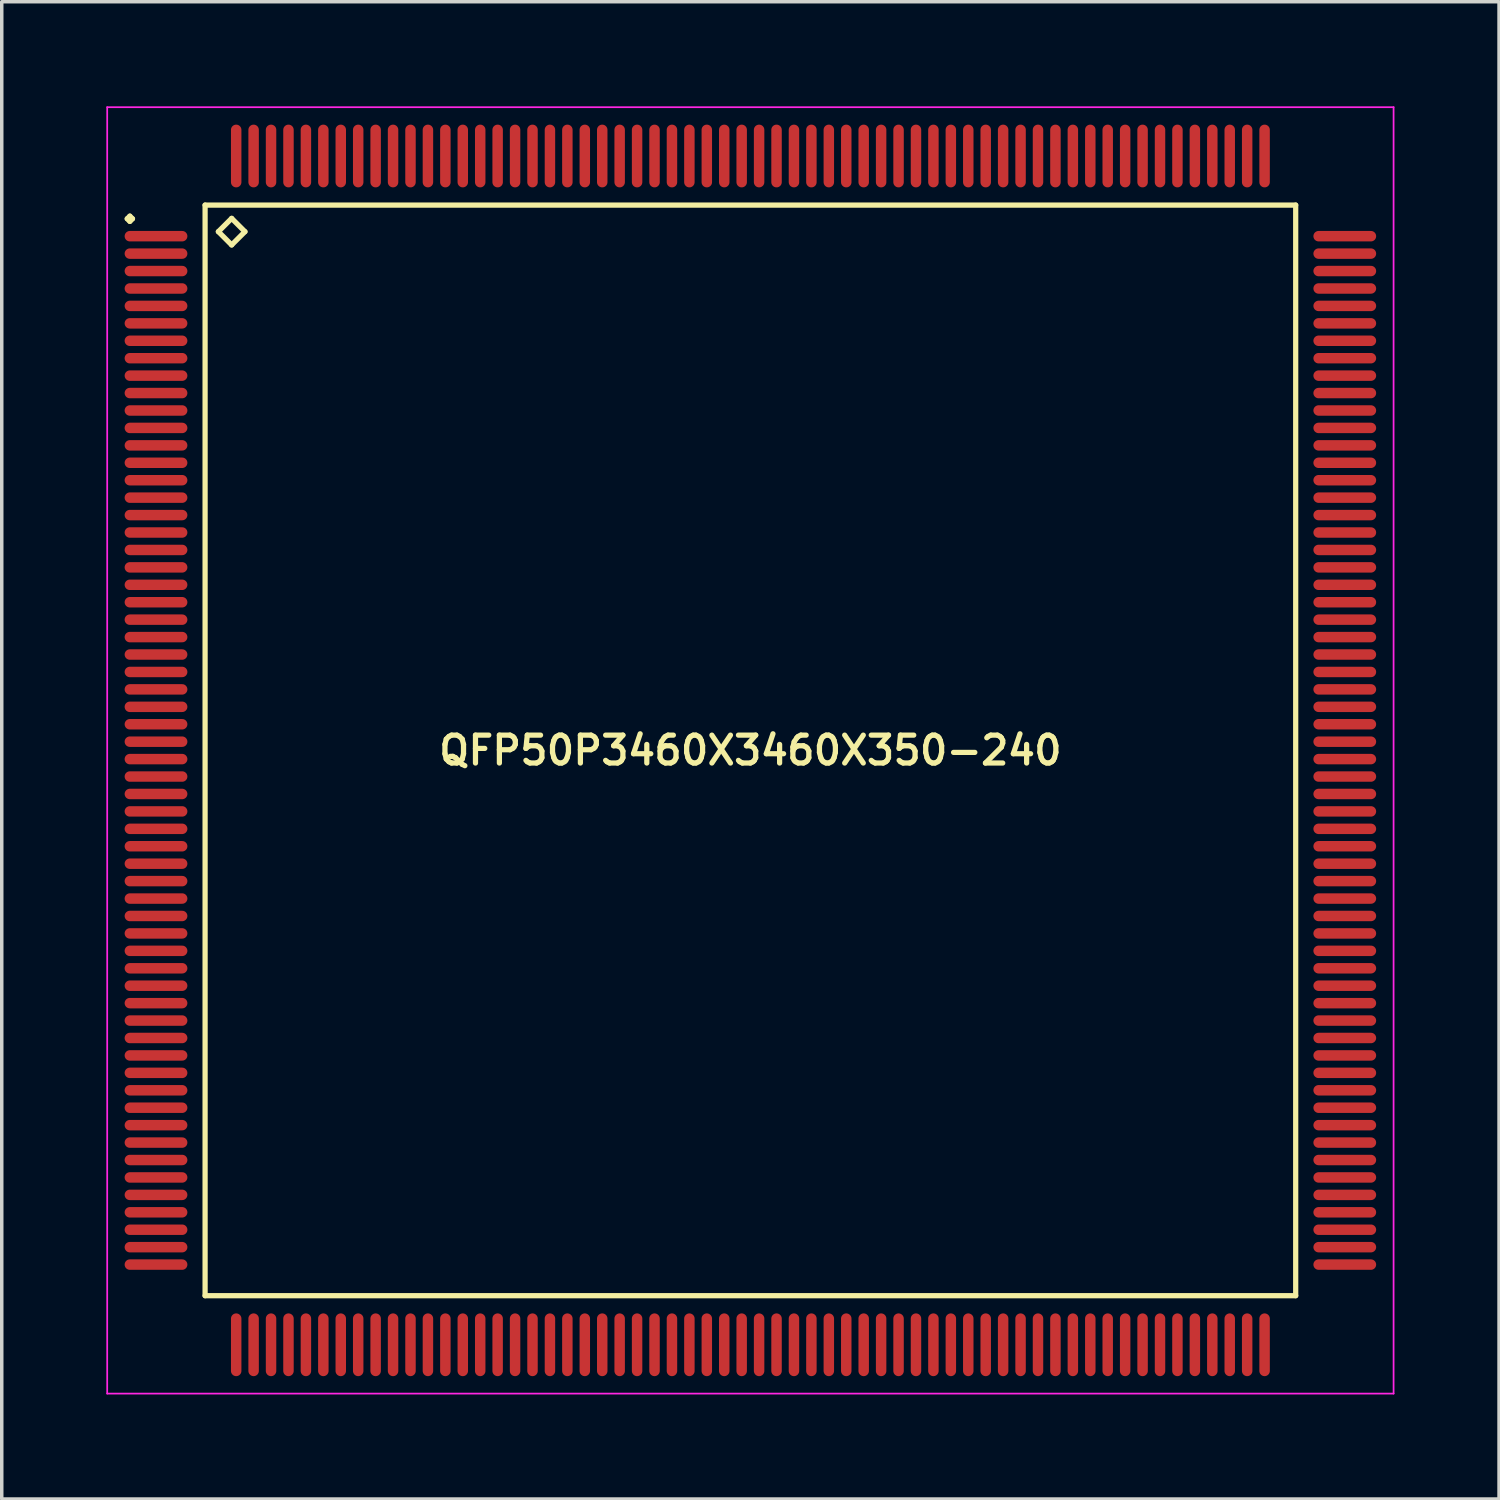
<source format=kicad_pcb>
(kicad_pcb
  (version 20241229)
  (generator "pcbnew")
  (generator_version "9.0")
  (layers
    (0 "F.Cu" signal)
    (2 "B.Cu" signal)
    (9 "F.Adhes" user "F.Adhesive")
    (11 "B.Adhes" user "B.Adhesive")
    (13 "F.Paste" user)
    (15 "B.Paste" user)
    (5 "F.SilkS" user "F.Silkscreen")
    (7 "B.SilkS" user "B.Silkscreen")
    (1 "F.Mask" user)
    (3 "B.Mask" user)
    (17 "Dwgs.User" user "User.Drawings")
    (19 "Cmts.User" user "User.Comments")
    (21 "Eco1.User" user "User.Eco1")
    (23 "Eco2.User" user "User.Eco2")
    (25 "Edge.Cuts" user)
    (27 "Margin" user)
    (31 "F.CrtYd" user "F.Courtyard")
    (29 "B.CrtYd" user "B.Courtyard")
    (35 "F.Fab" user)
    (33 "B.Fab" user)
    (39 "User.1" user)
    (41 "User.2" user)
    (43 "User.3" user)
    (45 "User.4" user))
  (footprint "QFP50P3460X3460X350-240"
    (layer "F.Cu")
    (at 18.475 18.475)
    (property "Reference" "QFP50P3460X3460X350-240" (at 0 0 0) (layer "F.SilkS") (effects (font (size 0.8 0.8) (thickness 0.15))))
    (attr smd)
    (fp_line (start -17.875 -15.25) (end -17.8 -15.325) (stroke (width 0.15) (type solid)) (layer "F.SilkS"))
    (fp_line (start -17.8 -15.325) (end -17.725 -15.25) (stroke (width 0.15) (type solid)) (layer "F.SilkS"))
    (fp_line (start -17.8 -15.175) (end -17.875 -15.25) (stroke (width 0.15) (type solid)) (layer "F.SilkS"))
    (fp_line (start -17.725 -15.25) (end -17.8 -15.175) (stroke (width 0.15) (type solid)) (layer "F.SilkS"))
    (fp_line (start -15.642 -15.642) (end -15.642 15.642) (stroke (width 0.15) (type solid)) (layer "F.SilkS"))
    (fp_line (start -15.642 15.642) (end 15.642 15.642) (stroke (width 0.15) (type solid)) (layer "F.SilkS"))
    (fp_line (start -15.261 -14.88) (end -14.88 -15.261) (stroke (width 0.15) (type solid)) (layer "F.SilkS"))
    (fp_line (start -14.88 -15.261) (end -14.499 -14.88) (stroke (width 0.15) (type solid)) (layer "F.SilkS"))
    (fp_line (start -14.88 -14.499) (end -15.261 -14.88) (stroke (width 0.15) (type solid)) (layer "F.SilkS"))
    (fp_line (start -14.499 -14.88) (end -14.88 -14.499) (stroke (width 0.15) (type solid)) (layer "F.SilkS"))
    (fp_line (start 15.642 -15.642) (end -15.642 -15.642) (stroke (width 0.15) (type solid)) (layer "F.SilkS"))
    (fp_line (start 15.642 15.642) (end 15.642 -15.642) (stroke (width 0.15) (type solid)) (layer "F.SilkS"))
    (fp_line (start -18.45 -18.45) (end 18.45 -18.45) (stroke (width 0.05) (type solid)) (layer "F.CrtYd"))
    (fp_line (start -18.45 18.45) (end -18.45 -18.45) (stroke (width 0.05) (type solid)) (layer "F.CrtYd"))
    (fp_line (start 18.45 -18.45) (end 18.45 18.45) (stroke (width 0.05) (type solid)) (layer "F.CrtYd"))
    (fp_line (start 18.45 18.45) (end -18.45 18.45) (stroke (width 0.05) (type solid)) (layer "F.CrtYd"))
    (pad "1" smd oval (at -17.05 -14.75) (size 1.8 0.3) (layers "F.Cu" "F.Mask" "F.Paste"))
    (pad "2" smd oval (at -17.05 -14.25) (size 1.8 0.3) (layers "F.Cu" "F.Mask" "F.Paste"))
    (pad "3" smd oval (at -17.05 -13.75) (size 1.8 0.3) (layers "F.Cu" "F.Mask" "F.Paste"))
    (pad "4" smd oval (at -17.05 -13.25) (size 1.8 0.3) (layers "F.Cu" "F.Mask" "F.Paste"))
    (pad "5" smd oval (at -17.05 -12.75) (size 1.8 0.3) (layers "F.Cu" "F.Mask" "F.Paste"))
    (pad "6" smd oval (at -17.05 -12.25) (size 1.8 0.3) (layers "F.Cu" "F.Mask" "F.Paste"))
    (pad "7" smd oval (at -17.05 -11.75) (size 1.8 0.3) (layers "F.Cu" "F.Mask" "F.Paste"))
    (pad "8" smd oval (at -17.05 -11.25) (size 1.8 0.3) (layers "F.Cu" "F.Mask" "F.Paste"))
    (pad "9" smd oval (at -17.05 -10.75) (size 1.8 0.3) (layers "F.Cu" "F.Mask" "F.Paste"))
    (pad "10" smd oval (at -17.05 -10.25) (size 1.8 0.3) (layers "F.Cu" "F.Mask" "F.Paste"))
    (pad "11" smd oval (at -17.05 -9.75) (size 1.8 0.3) (layers "F.Cu" "F.Mask" "F.Paste"))
    (pad "12" smd oval (at -17.05 -9.25) (size 1.8 0.3) (layers "F.Cu" "F.Mask" "F.Paste"))
    (pad "13" smd oval (at -17.05 -8.75) (size 1.8 0.3) (layers "F.Cu" "F.Mask" "F.Paste"))
    (pad "14" smd oval (at -17.05 -8.25) (size 1.8 0.3) (layers "F.Cu" "F.Mask" "F.Paste"))
    (pad "15" smd oval (at -17.05 -7.75) (size 1.8 0.3) (layers "F.Cu" "F.Mask" "F.Paste"))
    (pad "16" smd oval (at -17.05 -7.25) (size 1.8 0.3) (layers "F.Cu" "F.Mask" "F.Paste"))
    (pad "17" smd oval (at -17.05 -6.75) (size 1.8 0.3) (layers "F.Cu" "F.Mask" "F.Paste"))
    (pad "18" smd oval (at -17.05 -6.25) (size 1.8 0.3) (layers "F.Cu" "F.Mask" "F.Paste"))
    (pad "19" smd oval (at -17.05 -5.75) (size 1.8 0.3) (layers "F.Cu" "F.Mask" "F.Paste"))
    (pad "20" smd oval (at -17.05 -5.25) (size 1.8 0.3) (layers "F.Cu" "F.Mask" "F.Paste"))
    (pad "21" smd oval (at -17.05 -4.75) (size 1.8 0.3) (layers "F.Cu" "F.Mask" "F.Paste"))
    (pad "22" smd oval (at -17.05 -4.25) (size 1.8 0.3) (layers "F.Cu" "F.Mask" "F.Paste"))
    (pad "23" smd oval (at -17.05 -3.75) (size 1.8 0.3) (layers "F.Cu" "F.Mask" "F.Paste"))
    (pad "24" smd oval (at -17.05 -3.25) (size 1.8 0.3) (layers "F.Cu" "F.Mask" "F.Paste"))
    (pad "25" smd oval (at -17.05 -2.75) (size 1.8 0.3) (layers "F.Cu" "F.Mask" "F.Paste"))
    (pad "26" smd oval (at -17.05 -2.25) (size 1.8 0.3) (layers "F.Cu" "F.Mask" "F.Paste"))
    (pad "27" smd oval (at -17.05 -1.75) (size 1.8 0.3) (layers "F.Cu" "F.Mask" "F.Paste"))
    (pad "28" smd oval (at -17.05 -1.25) (size 1.8 0.3) (layers "F.Cu" "F.Mask" "F.Paste"))
    (pad "29" smd oval (at -17.05 -0.75) (size 1.8 0.3) (layers "F.Cu" "F.Mask" "F.Paste"))
    (pad "30" smd oval (at -17.05 -0.25) (size 1.8 0.3) (layers "F.Cu" "F.Mask" "F.Paste"))
    (pad "31" smd oval (at -17.05 0.25) (size 1.8 0.3) (layers "F.Cu" "F.Mask" "F.Paste"))
    (pad "32" smd oval (at -17.05 0.75) (size 1.8 0.3) (layers "F.Cu" "F.Mask" "F.Paste"))
    (pad "33" smd oval (at -17.05 1.25) (size 1.8 0.3) (layers "F.Cu" "F.Mask" "F.Paste"))
    (pad "34" smd oval (at -17.05 1.75) (size 1.8 0.3) (layers "F.Cu" "F.Mask" "F.Paste"))
    (pad "35" smd oval (at -17.05 2.25) (size 1.8 0.3) (layers "F.Cu" "F.Mask" "F.Paste"))
    (pad "36" smd oval (at -17.05 2.75) (size 1.8 0.3) (layers "F.Cu" "F.Mask" "F.Paste"))
    (pad "37" smd oval (at -17.05 3.25) (size 1.8 0.3) (layers "F.Cu" "F.Mask" "F.Paste"))
    (pad "38" smd oval (at -17.05 3.75) (size 1.8 0.3) (layers "F.Cu" "F.Mask" "F.Paste"))
    (pad "39" smd oval (at -17.05 4.25) (size 1.8 0.3) (layers "F.Cu" "F.Mask" "F.Paste"))
    (pad "40" smd oval (at -17.05 4.75) (size 1.8 0.3) (layers "F.Cu" "F.Mask" "F.Paste"))
    (pad "41" smd oval (at -17.05 5.25) (size 1.8 0.3) (layers "F.Cu" "F.Mask" "F.Paste"))
    (pad "42" smd oval (at -17.05 5.75) (size 1.8 0.3) (layers "F.Cu" "F.Mask" "F.Paste"))
    (pad "43" smd oval (at -17.05 6.25) (size 1.8 0.3) (layers "F.Cu" "F.Mask" "F.Paste"))
    (pad "44" smd oval (at -17.05 6.75) (size 1.8 0.3) (layers "F.Cu" "F.Mask" "F.Paste"))
    (pad "45" smd oval (at -17.05 7.25) (size 1.8 0.3) (layers "F.Cu" "F.Mask" "F.Paste"))
    (pad "46" smd oval (at -17.05 7.75) (size 1.8 0.3) (layers "F.Cu" "F.Mask" "F.Paste"))
    (pad "47" smd oval (at -17.05 8.25) (size 1.8 0.3) (layers "F.Cu" "F.Mask" "F.Paste"))
    (pad "48" smd oval (at -17.05 8.75) (size 1.8 0.3) (layers "F.Cu" "F.Mask" "F.Paste"))
    (pad "49" smd oval (at -17.05 9.25) (size 1.8 0.3) (layers "F.Cu" "F.Mask" "F.Paste"))
    (pad "50" smd oval (at -17.05 9.75) (size 1.8 0.3) (layers "F.Cu" "F.Mask" "F.Paste"))
    (pad "51" smd oval (at -17.05 10.25) (size 1.8 0.3) (layers "F.Cu" "F.Mask" "F.Paste"))
    (pad "52" smd oval (at -17.05 10.75) (size 1.8 0.3) (layers "F.Cu" "F.Mask" "F.Paste"))
    (pad "53" smd oval (at -17.05 11.25) (size 1.8 0.3) (layers "F.Cu" "F.Mask" "F.Paste"))
    (pad "54" smd oval (at -17.05 11.75) (size 1.8 0.3) (layers "F.Cu" "F.Mask" "F.Paste"))
    (pad "55" smd oval (at -17.05 12.25) (size 1.8 0.3) (layers "F.Cu" "F.Mask" "F.Paste"))
    (pad "56" smd oval (at -17.05 12.75) (size 1.8 0.3) (layers "F.Cu" "F.Mask" "F.Paste"))
    (pad "57" smd oval (at -17.05 13.25) (size 1.8 0.3) (layers "F.Cu" "F.Mask" "F.Paste"))
    (pad "58" smd oval (at -17.05 13.75) (size 1.8 0.3) (layers "F.Cu" "F.Mask" "F.Paste"))
    (pad "59" smd oval (at -17.05 14.25) (size 1.8 0.3) (layers "F.Cu" "F.Mask" "F.Paste"))
    (pad "60" smd oval (at -17.05 14.75) (size 1.8 0.3) (layers "F.Cu" "F.Mask" "F.Paste"))
    (pad "61" smd oval (at -14.75 17.05) (size 0.3 1.8) (layers "F.Cu" "F.Mask" "F.Paste"))
    (pad "62" smd oval (at -14.25 17.05) (size 0.3 1.8) (layers "F.Cu" "F.Mask" "F.Paste"))
    (pad "63" smd oval (at -13.75 17.05) (size 0.3 1.8) (layers "F.Cu" "F.Mask" "F.Paste"))
    (pad "64" smd oval (at -13.25 17.05) (size 0.3 1.8) (layers "F.Cu" "F.Mask" "F.Paste"))
    (pad "65" smd oval (at -12.75 17.05) (size 0.3 1.8) (layers "F.Cu" "F.Mask" "F.Paste"))
    (pad "66" smd oval (at -12.25 17.05) (size 0.3 1.8) (layers "F.Cu" "F.Mask" "F.Paste"))
    (pad "67" smd oval (at -11.75 17.05) (size 0.3 1.8) (layers "F.Cu" "F.Mask" "F.Paste"))
    (pad "68" smd oval (at -11.25 17.05) (size 0.3 1.8) (layers "F.Cu" "F.Mask" "F.Paste"))
    (pad "69" smd oval (at -10.75 17.05) (size 0.3 1.8) (layers "F.Cu" "F.Mask" "F.Paste"))
    (pad "70" smd oval (at -10.25 17.05) (size 0.3 1.8) (layers "F.Cu" "F.Mask" "F.Paste"))
    (pad "71" smd oval (at -9.75 17.05) (size 0.3 1.8) (layers "F.Cu" "F.Mask" "F.Paste"))
    (pad "72" smd oval (at -9.25 17.05) (size 0.3 1.8) (layers "F.Cu" "F.Mask" "F.Paste"))
    (pad "73" smd oval (at -8.75 17.05) (size 0.3 1.8) (layers "F.Cu" "F.Mask" "F.Paste"))
    (pad "74" smd oval (at -8.25 17.05) (size 0.3 1.8) (layers "F.Cu" "F.Mask" "F.Paste"))
    (pad "75" smd oval (at -7.75 17.05) (size 0.3 1.8) (layers "F.Cu" "F.Mask" "F.Paste"))
    (pad "76" smd oval (at -7.25 17.05) (size 0.3 1.8) (layers "F.Cu" "F.Mask" "F.Paste"))
    (pad "77" smd oval (at -6.75 17.05) (size 0.3 1.8) (layers "F.Cu" "F.Mask" "F.Paste"))
    (pad "78" smd oval (at -6.25 17.05) (size 0.3 1.8) (layers "F.Cu" "F.Mask" "F.Paste"))
    (pad "79" smd oval (at -5.75 17.05) (size 0.3 1.8) (layers "F.Cu" "F.Mask" "F.Paste"))
    (pad "80" smd oval (at -5.25 17.05) (size 0.3 1.8) (layers "F.Cu" "F.Mask" "F.Paste"))
    (pad "81" smd oval (at -4.75 17.05) (size 0.3 1.8) (layers "F.Cu" "F.Mask" "F.Paste"))
    (pad "82" smd oval (at -4.25 17.05) (size 0.3 1.8) (layers "F.Cu" "F.Mask" "F.Paste"))
    (pad "83" smd oval (at -3.75 17.05) (size 0.3 1.8) (layers "F.Cu" "F.Mask" "F.Paste"))
    (pad "84" smd oval (at -3.25 17.05) (size 0.3 1.8) (layers "F.Cu" "F.Mask" "F.Paste"))
    (pad "85" smd oval (at -2.75 17.05) (size 0.3 1.8) (layers "F.Cu" "F.Mask" "F.Paste"))
    (pad "86" smd oval (at -2.25 17.05) (size 0.3 1.8) (layers "F.Cu" "F.Mask" "F.Paste"))
    (pad "87" smd oval (at -1.75 17.05) (size 0.3 1.8) (layers "F.Cu" "F.Mask" "F.Paste"))
    (pad "88" smd oval (at -1.25 17.05) (size 0.3 1.8) (layers "F.Cu" "F.Mask" "F.Paste"))
    (pad "89" smd oval (at -0.75 17.05) (size 0.3 1.8) (layers "F.Cu" "F.Mask" "F.Paste"))
    (pad "90" smd oval (at -0.25 17.05) (size 0.3 1.8) (layers "F.Cu" "F.Mask" "F.Paste"))
    (pad "91" smd oval (at 0.25 17.05) (size 0.3 1.8) (layers "F.Cu" "F.Mask" "F.Paste"))
    (pad "92" smd oval (at 0.75 17.05) (size 0.3 1.8) (layers "F.Cu" "F.Mask" "F.Paste"))
    (pad "93" smd oval (at 1.25 17.05) (size 0.3 1.8) (layers "F.Cu" "F.Mask" "F.Paste"))
    (pad "94" smd oval (at 1.75 17.05) (size 0.3 1.8) (layers "F.Cu" "F.Mask" "F.Paste"))
    (pad "95" smd oval (at 2.25 17.05) (size 0.3 1.8) (layers "F.Cu" "F.Mask" "F.Paste"))
    (pad "96" smd oval (at 2.75 17.05) (size 0.3 1.8) (layers "F.Cu" "F.Mask" "F.Paste"))
    (pad "97" smd oval (at 3.25 17.05) (size 0.3 1.8) (layers "F.Cu" "F.Mask" "F.Paste"))
    (pad "98" smd oval (at 3.75 17.05) (size 0.3 1.8) (layers "F.Cu" "F.Mask" "F.Paste"))
    (pad "99" smd oval (at 4.25 17.05) (size 0.3 1.8) (layers "F.Cu" "F.Mask" "F.Paste"))
    (pad "100" smd oval (at 4.75 17.05) (size 0.3 1.8) (layers "F.Cu" "F.Mask" "F.Paste"))
    (pad "101" smd oval (at 5.25 17.05) (size 0.3 1.8) (layers "F.Cu" "F.Mask" "F.Paste"))
    (pad "102" smd oval (at 5.75 17.05) (size 0.3 1.8) (layers "F.Cu" "F.Mask" "F.Paste"))
    (pad "103" smd oval (at 6.25 17.05) (size 0.3 1.8) (layers "F.Cu" "F.Mask" "F.Paste"))
    (pad "104" smd oval (at 6.75 17.05) (size 0.3 1.8) (layers "F.Cu" "F.Mask" "F.Paste"))
    (pad "105" smd oval (at 7.25 17.05) (size 0.3 1.8) (layers "F.Cu" "F.Mask" "F.Paste"))
    (pad "106" smd oval (at 7.75 17.05) (size 0.3 1.8) (layers "F.Cu" "F.Mask" "F.Paste"))
    (pad "107" smd oval (at 8.25 17.05) (size 0.3 1.8) (layers "F.Cu" "F.Mask" "F.Paste"))
    (pad "108" smd oval (at 8.75 17.05) (size 0.3 1.8) (layers "F.Cu" "F.Mask" "F.Paste"))
    (pad "109" smd oval (at 9.25 17.05) (size 0.3 1.8) (layers "F.Cu" "F.Mask" "F.Paste"))
    (pad "110" smd oval (at 9.75 17.05) (size 0.3 1.8) (layers "F.Cu" "F.Mask" "F.Paste"))
    (pad "111" smd oval (at 10.25 17.05) (size 0.3 1.8) (layers "F.Cu" "F.Mask" "F.Paste"))
    (pad "112" smd oval (at 10.75 17.05) (size 0.3 1.8) (layers "F.Cu" "F.Mask" "F.Paste"))
    (pad "113" smd oval (at 11.25 17.05) (size 0.3 1.8) (layers "F.Cu" "F.Mask" "F.Paste"))
    (pad "114" smd oval (at 11.75 17.05) (size 0.3 1.8) (layers "F.Cu" "F.Mask" "F.Paste"))
    (pad "115" smd oval (at 12.25 17.05) (size 0.3 1.8) (layers "F.Cu" "F.Mask" "F.Paste"))
    (pad "116" smd oval (at 12.75 17.05) (size 0.3 1.8) (layers "F.Cu" "F.Mask" "F.Paste"))
    (pad "117" smd oval (at 13.25 17.05) (size 0.3 1.8) (layers "F.Cu" "F.Mask" "F.Paste"))
    (pad "118" smd oval (at 13.75 17.05) (size 0.3 1.8) (layers "F.Cu" "F.Mask" "F.Paste"))
    (pad "119" smd oval (at 14.25 17.05) (size 0.3 1.8) (layers "F.Cu" "F.Mask" "F.Paste"))
    (pad "120" smd oval (at 14.75 17.05) (size 0.3 1.8) (layers "F.Cu" "F.Mask" "F.Paste"))
    (pad "121" smd oval (at 17.05 14.75) (size 1.8 0.3) (layers "F.Cu" "F.Mask" "F.Paste"))
    (pad "122" smd oval (at 17.05 14.25) (size 1.8 0.3) (layers "F.Cu" "F.Mask" "F.Paste"))
    (pad "123" smd oval (at 17.05 13.75) (size 1.8 0.3) (layers "F.Cu" "F.Mask" "F.Paste"))
    (pad "124" smd oval (at 17.05 13.25) (size 1.8 0.3) (layers "F.Cu" "F.Mask" "F.Paste"))
    (pad "125" smd oval (at 17.05 12.75) (size 1.8 0.3) (layers "F.Cu" "F.Mask" "F.Paste"))
    (pad "126" smd oval (at 17.05 12.25) (size 1.8 0.3) (layers "F.Cu" "F.Mask" "F.Paste"))
    (pad "127" smd oval (at 17.05 11.75) (size 1.8 0.3) (layers "F.Cu" "F.Mask" "F.Paste"))
    (pad "128" smd oval (at 17.05 11.25) (size 1.8 0.3) (layers "F.Cu" "F.Mask" "F.Paste"))
    (pad "129" smd oval (at 17.05 10.75) (size 1.8 0.3) (layers "F.Cu" "F.Mask" "F.Paste"))
    (pad "130" smd oval (at 17.05 10.25) (size 1.8 0.3) (layers "F.Cu" "F.Mask" "F.Paste"))
    (pad "131" smd oval (at 17.05 9.75) (size 1.8 0.3) (layers "F.Cu" "F.Mask" "F.Paste"))
    (pad "132" smd oval (at 17.05 9.25) (size 1.8 0.3) (layers "F.Cu" "F.Mask" "F.Paste"))
    (pad "133" smd oval (at 17.05 8.75) (size 1.8 0.3) (layers "F.Cu" "F.Mask" "F.Paste"))
    (pad "134" smd oval (at 17.05 8.25) (size 1.8 0.3) (layers "F.Cu" "F.Mask" "F.Paste"))
    (pad "135" smd oval (at 17.05 7.75) (size 1.8 0.3) (layers "F.Cu" "F.Mask" "F.Paste"))
    (pad "136" smd oval (at 17.05 7.25) (size 1.8 0.3) (layers "F.Cu" "F.Mask" "F.Paste"))
    (pad "137" smd oval (at 17.05 6.75) (size 1.8 0.3) (layers "F.Cu" "F.Mask" "F.Paste"))
    (pad "138" smd oval (at 17.05 6.25) (size 1.8 0.3) (layers "F.Cu" "F.Mask" "F.Paste"))
    (pad "139" smd oval (at 17.05 5.75) (size 1.8 0.3) (layers "F.Cu" "F.Mask" "F.Paste"))
    (pad "140" smd oval (at 17.05 5.25) (size 1.8 0.3) (layers "F.Cu" "F.Mask" "F.Paste"))
    (pad "141" smd oval (at 17.05 4.75) (size 1.8 0.3) (layers "F.Cu" "F.Mask" "F.Paste"))
    (pad "142" smd oval (at 17.05 4.25) (size 1.8 0.3) (layers "F.Cu" "F.Mask" "F.Paste"))
    (pad "143" smd oval (at 17.05 3.75) (size 1.8 0.3) (layers "F.Cu" "F.Mask" "F.Paste"))
    (pad "144" smd oval (at 17.05 3.25) (size 1.8 0.3) (layers "F.Cu" "F.Mask" "F.Paste"))
    (pad "145" smd oval (at 17.05 2.75) (size 1.8 0.3) (layers "F.Cu" "F.Mask" "F.Paste"))
    (pad "146" smd oval (at 17.05 2.25) (size 1.8 0.3) (layers "F.Cu" "F.Mask" "F.Paste"))
    (pad "147" smd oval (at 17.05 1.75) (size 1.8 0.3) (layers "F.Cu" "F.Mask" "F.Paste"))
    (pad "148" smd oval (at 17.05 1.25) (size 1.8 0.3) (layers "F.Cu" "F.Mask" "F.Paste"))
    (pad "149" smd oval (at 17.05 0.75) (size 1.8 0.3) (layers "F.Cu" "F.Mask" "F.Paste"))
    (pad "150" smd oval (at 17.05 0.25) (size 1.8 0.3) (layers "F.Cu" "F.Mask" "F.Paste"))
    (pad "151" smd oval (at 17.05 -0.25) (size 1.8 0.3) (layers "F.Cu" "F.Mask" "F.Paste"))
    (pad "152" smd oval (at 17.05 -0.75) (size 1.8 0.3) (layers "F.Cu" "F.Mask" "F.Paste"))
    (pad "153" smd oval (at 17.05 -1.25) (size 1.8 0.3) (layers "F.Cu" "F.Mask" "F.Paste"))
    (pad "154" smd oval (at 17.05 -1.75) (size 1.8 0.3) (layers "F.Cu" "F.Mask" "F.Paste"))
    (pad "155" smd oval (at 17.05 -2.25) (size 1.8 0.3) (layers "F.Cu" "F.Mask" "F.Paste"))
    (pad "156" smd oval (at 17.05 -2.75) (size 1.8 0.3) (layers "F.Cu" "F.Mask" "F.Paste"))
    (pad "157" smd oval (at 17.05 -3.25) (size 1.8 0.3) (layers "F.Cu" "F.Mask" "F.Paste"))
    (pad "158" smd oval (at 17.05 -3.75) (size 1.8 0.3) (layers "F.Cu" "F.Mask" "F.Paste"))
    (pad "159" smd oval (at 17.05 -4.25) (size 1.8 0.3) (layers "F.Cu" "F.Mask" "F.Paste"))
    (pad "160" smd oval (at 17.05 -4.75) (size 1.8 0.3) (layers "F.Cu" "F.Mask" "F.Paste"))
    (pad "161" smd oval (at 17.05 -5.25) (size 1.8 0.3) (layers "F.Cu" "F.Mask" "F.Paste"))
    (pad "162" smd oval (at 17.05 -5.75) (size 1.8 0.3) (layers "F.Cu" "F.Mask" "F.Paste"))
    (pad "163" smd oval (at 17.05 -6.25) (size 1.8 0.3) (layers "F.Cu" "F.Mask" "F.Paste"))
    (pad "164" smd oval (at 17.05 -6.75) (size 1.8 0.3) (layers "F.Cu" "F.Mask" "F.Paste"))
    (pad "165" smd oval (at 17.05 -7.25) (size 1.8 0.3) (layers "F.Cu" "F.Mask" "F.Paste"))
    (pad "166" smd oval (at 17.05 -7.75) (size 1.8 0.3) (layers "F.Cu" "F.Mask" "F.Paste"))
    (pad "167" smd oval (at 17.05 -8.25) (size 1.8 0.3) (layers "F.Cu" "F.Mask" "F.Paste"))
    (pad "168" smd oval (at 17.05 -8.75) (size 1.8 0.3) (layers "F.Cu" "F.Mask" "F.Paste"))
    (pad "169" smd oval (at 17.05 -9.25) (size 1.8 0.3) (layers "F.Cu" "F.Mask" "F.Paste"))
    (pad "170" smd oval (at 17.05 -9.75) (size 1.8 0.3) (layers "F.Cu" "F.Mask" "F.Paste"))
    (pad "171" smd oval (at 17.05 -10.25) (size 1.8 0.3) (layers "F.Cu" "F.Mask" "F.Paste"))
    (pad "172" smd oval (at 17.05 -10.75) (size 1.8 0.3) (layers "F.Cu" "F.Mask" "F.Paste"))
    (pad "173" smd oval (at 17.05 -11.25) (size 1.8 0.3) (layers "F.Cu" "F.Mask" "F.Paste"))
    (pad "174" smd oval (at 17.05 -11.75) (size 1.8 0.3) (layers "F.Cu" "F.Mask" "F.Paste"))
    (pad "175" smd oval (at 17.05 -12.25) (size 1.8 0.3) (layers "F.Cu" "F.Mask" "F.Paste"))
    (pad "176" smd oval (at 17.05 -12.75) (size 1.8 0.3) (layers "F.Cu" "F.Mask" "F.Paste"))
    (pad "177" smd oval (at 17.05 -13.25) (size 1.8 0.3) (layers "F.Cu" "F.Mask" "F.Paste"))
    (pad "178" smd oval (at 17.05 -13.75) (size 1.8 0.3) (layers "F.Cu" "F.Mask" "F.Paste"))
    (pad "179" smd oval (at 17.05 -14.25) (size 1.8 0.3) (layers "F.Cu" "F.Mask" "F.Paste"))
    (pad "180" smd oval (at 17.05 -14.75) (size 1.8 0.3) (layers "F.Cu" "F.Mask" "F.Paste"))
    (pad "181" smd oval (at 14.75 -17.05) (size 0.3 1.8) (layers "F.Cu" "F.Mask" "F.Paste"))
    (pad "182" smd oval (at 14.25 -17.05) (size 0.3 1.8) (layers "F.Cu" "F.Mask" "F.Paste"))
    (pad "183" smd oval (at 13.75 -17.05) (size 0.3 1.8) (layers "F.Cu" "F.Mask" "F.Paste"))
    (pad "184" smd oval (at 13.25 -17.05) (size 0.3 1.8) (layers "F.Cu" "F.Mask" "F.Paste"))
    (pad "185" smd oval (at 12.75 -17.05) (size 0.3 1.8) (layers "F.Cu" "F.Mask" "F.Paste"))
    (pad "186" smd oval (at 12.25 -17.05) (size 0.3 1.8) (layers "F.Cu" "F.Mask" "F.Paste"))
    (pad "187" smd oval (at 11.75 -17.05) (size 0.3 1.8) (layers "F.Cu" "F.Mask" "F.Paste"))
    (pad "188" smd oval (at 11.25 -17.05) (size 0.3 1.8) (layers "F.Cu" "F.Mask" "F.Paste"))
    (pad "189" smd oval (at 10.75 -17.05) (size 0.3 1.8) (layers "F.Cu" "F.Mask" "F.Paste"))
    (pad "190" smd oval (at 10.25 -17.05) (size 0.3 1.8) (layers "F.Cu" "F.Mask" "F.Paste"))
    (pad "191" smd oval (at 9.75 -17.05) (size 0.3 1.8) (layers "F.Cu" "F.Mask" "F.Paste"))
    (pad "192" smd oval (at 9.25 -17.05) (size 0.3 1.8) (layers "F.Cu" "F.Mask" "F.Paste"))
    (pad "193" smd oval (at 8.75 -17.05) (size 0.3 1.8) (layers "F.Cu" "F.Mask" "F.Paste"))
    (pad "194" smd oval (at 8.25 -17.05) (size 0.3 1.8) (layers "F.Cu" "F.Mask" "F.Paste"))
    (pad "195" smd oval (at 7.75 -17.05) (size 0.3 1.8) (layers "F.Cu" "F.Mask" "F.Paste"))
    (pad "196" smd oval (at 7.25 -17.05) (size 0.3 1.8) (layers "F.Cu" "F.Mask" "F.Paste"))
    (pad "197" smd oval (at 6.75 -17.05) (size 0.3 1.8) (layers "F.Cu" "F.Mask" "F.Paste"))
    (pad "198" smd oval (at 6.25 -17.05) (size 0.3 1.8) (layers "F.Cu" "F.Mask" "F.Paste"))
    (pad "199" smd oval (at 5.75 -17.05) (size 0.3 1.8) (layers "F.Cu" "F.Mask" "F.Paste"))
    (pad "200" smd oval (at 5.25 -17.05) (size 0.3 1.8) (layers "F.Cu" "F.Mask" "F.Paste"))
    (pad "201" smd oval (at 4.75 -17.05) (size 0.3 1.8) (layers "F.Cu" "F.Mask" "F.Paste"))
    (pad "202" smd oval (at 4.25 -17.05) (size 0.3 1.8) (layers "F.Cu" "F.Mask" "F.Paste"))
    (pad "203" smd oval (at 3.75 -17.05) (size 0.3 1.8) (layers "F.Cu" "F.Mask" "F.Paste"))
    (pad "204" smd oval (at 3.25 -17.05) (size 0.3 1.8) (layers "F.Cu" "F.Mask" "F.Paste"))
    (pad "205" smd oval (at 2.75 -17.05) (size 0.3 1.8) (layers "F.Cu" "F.Mask" "F.Paste"))
    (pad "206" smd oval (at 2.25 -17.05) (size 0.3 1.8) (layers "F.Cu" "F.Mask" "F.Paste"))
    (pad "207" smd oval (at 1.75 -17.05) (size 0.3 1.8) (layers "F.Cu" "F.Mask" "F.Paste"))
    (pad "208" smd oval (at 1.25 -17.05) (size 0.3 1.8) (layers "F.Cu" "F.Mask" "F.Paste"))
    (pad "209" smd oval (at 0.75 -17.05) (size 0.3 1.8) (layers "F.Cu" "F.Mask" "F.Paste"))
    (pad "210" smd oval (at 0.25 -17.05) (size 0.3 1.8) (layers "F.Cu" "F.Mask" "F.Paste"))
    (pad "211" smd oval (at -0.25 -17.05) (size 0.3 1.8) (layers "F.Cu" "F.Mask" "F.Paste"))
    (pad "212" smd oval (at -0.75 -17.05) (size 0.3 1.8) (layers "F.Cu" "F.Mask" "F.Paste"))
    (pad "213" smd oval (at -1.25 -17.05) (size 0.3 1.8) (layers "F.Cu" "F.Mask" "F.Paste"))
    (pad "214" smd oval (at -1.75 -17.05) (size 0.3 1.8) (layers "F.Cu" "F.Mask" "F.Paste"))
    (pad "215" smd oval (at -2.25 -17.05) (size 0.3 1.8) (layers "F.Cu" "F.Mask" "F.Paste"))
    (pad "216" smd oval (at -2.75 -17.05) (size 0.3 1.8) (layers "F.Cu" "F.Mask" "F.Paste"))
    (pad "217" smd oval (at -3.25 -17.05) (size 0.3 1.8) (layers "F.Cu" "F.Mask" "F.Paste"))
    (pad "218" smd oval (at -3.75 -17.05) (size 0.3 1.8) (layers "F.Cu" "F.Mask" "F.Paste"))
    (pad "219" smd oval (at -4.25 -17.05) (size 0.3 1.8) (layers "F.Cu" "F.Mask" "F.Paste"))
    (pad "220" smd oval (at -4.75 -17.05) (size 0.3 1.8) (layers "F.Cu" "F.Mask" "F.Paste"))
    (pad "221" smd oval (at -5.25 -17.05) (size 0.3 1.8) (layers "F.Cu" "F.Mask" "F.Paste"))
    (pad "222" smd oval (at -5.75 -17.05) (size 0.3 1.8) (layers "F.Cu" "F.Mask" "F.Paste"))
    (pad "223" smd oval (at -6.25 -17.05) (size 0.3 1.8) (layers "F.Cu" "F.Mask" "F.Paste"))
    (pad "224" smd oval (at -6.75 -17.05) (size 0.3 1.8) (layers "F.Cu" "F.Mask" "F.Paste"))
    (pad "225" smd oval (at -7.25 -17.05) (size 0.3 1.8) (layers "F.Cu" "F.Mask" "F.Paste"))
    (pad "226" smd oval (at -7.75 -17.05) (size 0.3 1.8) (layers "F.Cu" "F.Mask" "F.Paste"))
    (pad "227" smd oval (at -8.25 -17.05) (size 0.3 1.8) (layers "F.Cu" "F.Mask" "F.Paste"))
    (pad "228" smd oval (at -8.75 -17.05) (size 0.3 1.8) (layers "F.Cu" "F.Mask" "F.Paste"))
    (pad "229" smd oval (at -9.25 -17.05) (size 0.3 1.8) (layers "F.Cu" "F.Mask" "F.Paste"))
    (pad "230" smd oval (at -9.75 -17.05) (size 0.3 1.8) (layers "F.Cu" "F.Mask" "F.Paste"))
    (pad "231" smd oval (at -10.25 -17.05) (size 0.3 1.8) (layers "F.Cu" "F.Mask" "F.Paste"))
    (pad "232" smd oval (at -10.75 -17.05) (size 0.3 1.8) (layers "F.Cu" "F.Mask" "F.Paste"))
    (pad "233" smd oval (at -11.25 -17.05) (size 0.3 1.8) (layers "F.Cu" "F.Mask" "F.Paste"))
    (pad "234" smd oval (at -11.75 -17.05) (size 0.3 1.8) (layers "F.Cu" "F.Mask" "F.Paste"))
    (pad "235" smd oval (at -12.25 -17.05) (size 0.3 1.8) (layers "F.Cu" "F.Mask" "F.Paste"))
    (pad "236" smd oval (at -12.75 -17.05) (size 0.3 1.8) (layers "F.Cu" "F.Mask" "F.Paste"))
    (pad "237" smd oval (at -13.25 -17.05) (size 0.3 1.8) (layers "F.Cu" "F.Mask" "F.Paste"))
    (pad "238" smd oval (at -13.75 -17.05) (size 0.3 1.8) (layers "F.Cu" "F.Mask" "F.Paste"))
    (pad "239" smd oval (at -14.25 -17.05) (size 0.3 1.8) (layers "F.Cu" "F.Mask" "F.Paste"))
    (pad "240" smd oval (at -14.75 -17.05) (size 0.3 1.8) (layers "F.Cu" "F.Mask" "F.Paste")))
  (gr_rect
    (start -3 -3)
    (end 39.95 39.95)
    (stroke (width 0.1) (type default))
    (fill no)
    (layer "Edge.Cuts")))
</source>
